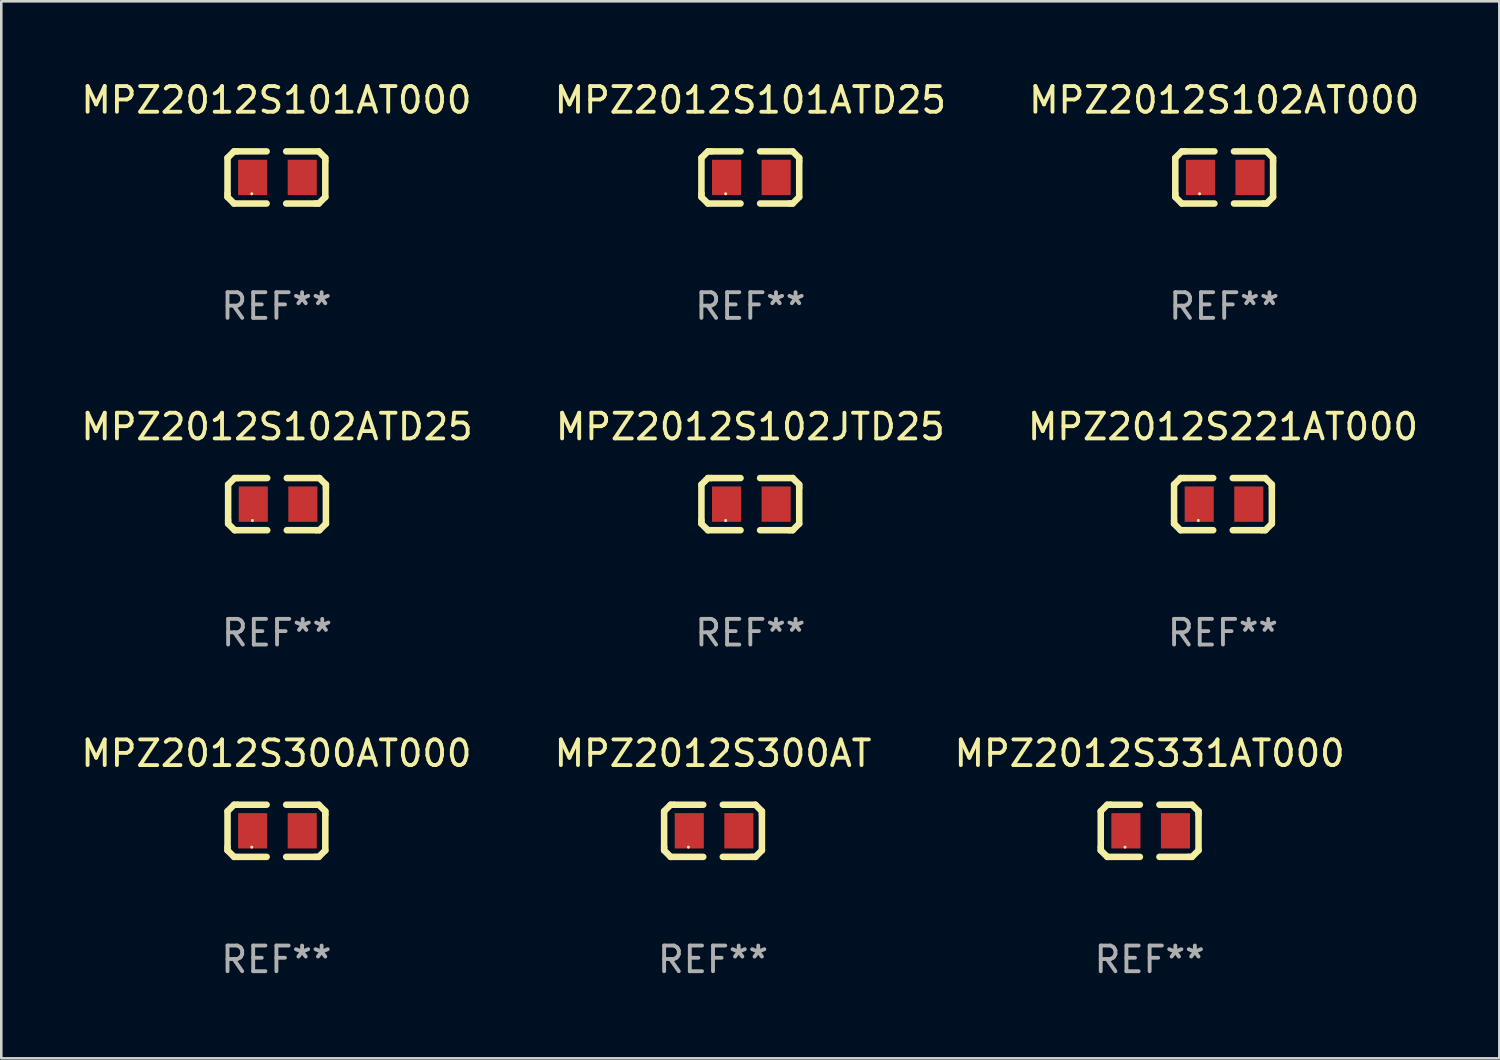
<source format=kicad_pcb>
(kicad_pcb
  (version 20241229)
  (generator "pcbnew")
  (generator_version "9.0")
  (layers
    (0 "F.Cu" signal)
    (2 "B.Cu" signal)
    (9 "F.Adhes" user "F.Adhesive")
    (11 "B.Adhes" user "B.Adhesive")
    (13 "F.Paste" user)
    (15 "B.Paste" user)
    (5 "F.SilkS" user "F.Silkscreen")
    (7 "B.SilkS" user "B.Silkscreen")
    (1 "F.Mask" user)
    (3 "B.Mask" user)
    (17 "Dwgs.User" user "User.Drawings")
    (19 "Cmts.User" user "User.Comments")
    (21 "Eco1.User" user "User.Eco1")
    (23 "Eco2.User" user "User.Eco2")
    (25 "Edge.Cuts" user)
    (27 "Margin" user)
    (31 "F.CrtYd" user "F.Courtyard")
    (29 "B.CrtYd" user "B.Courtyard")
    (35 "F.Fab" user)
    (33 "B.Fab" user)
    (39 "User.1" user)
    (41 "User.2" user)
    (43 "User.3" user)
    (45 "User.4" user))
  (footprint "MPZ2012S102ATD25"
    (layer "F.Cu")
    (at 7.744 16.593)
    (property "Reference" "MPZ2012S102ATD25" (at 0 -3.016 0) (layer "F.SilkS") (effects (font (size 1 1) (thickness 0.15))))
    (attr through_hole)
    (fp_line (start -1.905 -0.762) (end -1.905 0.635) (stroke (width 0.254) (type solid)) (layer "F.SilkS"))
    (fp_line (start -1.905 0.635) (end -1.905 0.762) (stroke (width 0.254) (type solid)) (layer "F.SilkS"))
    (fp_line (start -1.905 0.762) (end -1.651 1.016) (stroke (width 0.254) (type solid)) (layer "F.SilkS"))
    (fp_line (start -1.651 -1.016) (end -1.905 -0.762) (stroke (width 0.254) (type solid)) (layer "F.SilkS"))
    (fp_line (start -1.651 1.016) (end -0.381 1.016) (stroke (width 0.254) (type solid)) (layer "F.SilkS"))
    (fp_line (start -1.524 -1.016) (end -1.651 -1.016) (stroke (width 0.254) (type solid)) (layer "F.SilkS"))
    (fp_line (start -0.381 -1.016) (end -1.524 -1.016) (stroke (width 0.254) (type solid)) (layer "F.SilkS"))
    (fp_line (start 0.381 1.016) (end 1.524 1.016) (stroke (width 0.254) (type solid)) (layer "F.SilkS"))
    (fp_line (start 1.524 1.016) (end 1.651 1.016) (stroke (width 0.254) (type solid)) (layer "F.SilkS"))
    (fp_line (start 1.651 -1.016) (end 0.381 -1.016) (stroke (width 0.254) (type solid)) (layer "F.SilkS"))
    (fp_line (start 1.651 1.016) (end 1.905 0.762) (stroke (width 0.254) (type solid)) (layer "F.SilkS"))
    (fp_line (start 1.905 -0.762) (end 1.651 -1.016) (stroke (width 0.254) (type solid)) (layer "F.SilkS"))
    (fp_line (start 1.905 -0.635) (end 1.905 -0.762) (stroke (width 0.254) (type solid)) (layer "F.SilkS"))
    (fp_line (start 1.905 0.762) (end 1.905 -0.635) (stroke (width 0.254) (type solid)) (layer "F.SilkS"))
    (fp_circle (center -0.96 0.637) (end -0.93 0.637) (stroke (width 0.06) (type solid)) (fill no) (layer "F.SilkS"))
    (fp_text user "REF**" (at 0 5.016 0) (layer "F.Fab") (effects (font (size 1 1) (thickness 0.15))))
    (pad "1" smd rect (at -0.926 -0.000051) (size 1.133 1.377) (layers "F.Cu" "F.Mask" "F.Paste"))
    (pad "2" smd rect (at 1.006 -0.000051) (size 1.133 1.377) (layers "F.Cu" "F.Mask" "F.Paste")))
  (footprint "MPZ2012S101AT000"
    (layer "F.Cu")
    (at 7.72 3.864)
    (property "Reference" "MPZ2012S101AT000" (at 0 -3.016 0) (layer "F.SilkS") (effects (font (size 1 1) (thickness 0.15))))
    (attr through_hole)
    (fp_line (start -1.905 -0.762) (end -1.905 0.635) (stroke (width 0.254) (type solid)) (layer "F.SilkS"))
    (fp_line (start -1.905 0.635) (end -1.905 0.762) (stroke (width 0.254) (type solid)) (layer "F.SilkS"))
    (fp_line (start -1.905 0.762) (end -1.651 1.016) (stroke (width 0.254) (type solid)) (layer "F.SilkS"))
    (fp_line (start -1.651 -1.016) (end -1.905 -0.762) (stroke (width 0.254) (type solid)) (layer "F.SilkS"))
    (fp_line (start -1.651 1.016) (end -0.381 1.016) (stroke (width 0.254) (type solid)) (layer "F.SilkS"))
    (fp_line (start -1.524 -1.016) (end -1.651 -1.016) (stroke (width 0.254) (type solid)) (layer "F.SilkS"))
    (fp_line (start -0.381 -1.016) (end -1.524 -1.016) (stroke (width 0.254) (type solid)) (layer "F.SilkS"))
    (fp_line (start 0.381 1.016) (end 1.524 1.016) (stroke (width 0.254) (type solid)) (layer "F.SilkS"))
    (fp_line (start 1.524 1.016) (end 1.651 1.016) (stroke (width 0.254) (type solid)) (layer "F.SilkS"))
    (fp_line (start 1.651 -1.016) (end 0.381 -1.016) (stroke (width 0.254) (type solid)) (layer "F.SilkS"))
    (fp_line (start 1.651 1.016) (end 1.905 0.762) (stroke (width 0.254) (type solid)) (layer "F.SilkS"))
    (fp_line (start 1.905 -0.762) (end 1.651 -1.016) (stroke (width 0.254) (type solid)) (layer "F.SilkS"))
    (fp_line (start 1.905 -0.635) (end 1.905 -0.762) (stroke (width 0.254) (type solid)) (layer "F.SilkS"))
    (fp_line (start 1.905 0.762) (end 1.905 -0.635) (stroke (width 0.254) (type solid)) (layer "F.SilkS"))
    (fp_circle (center -0.96 0.637) (end -0.93 0.637) (stroke (width 0.06) (type solid)) (fill no) (layer "F.SilkS"))
    (fp_text user "REF**" (at 0 5.016 0) (layer "F.Fab") (effects (font (size 1 1) (thickness 0.15))))
    (pad "1" smd rect (at -0.926 -0.000051) (size 1.133 1.377) (layers "F.Cu" "F.Mask" "F.Paste"))
    (pad "2" smd rect (at 1.006 -0.000051) (size 1.133 1.377) (layers "F.Cu" "F.Mask" "F.Paste")))
  (footprint "MPZ2012S300AT000"
    (layer "F.Cu")
    (at 7.72 29.321)
    (property "Reference" "MPZ2012S300AT000" (at 0 -3.016 0) (layer "F.SilkS") (effects (font (size 1 1) (thickness 0.15))))
    (attr through_hole)
    (fp_line (start -1.905 -0.762) (end -1.905 0.635) (stroke (width 0.254) (type solid)) (layer "F.SilkS"))
    (fp_line (start -1.905 0.635) (end -1.905 0.762) (stroke (width 0.254) (type solid)) (layer "F.SilkS"))
    (fp_line (start -1.905 0.762) (end -1.651 1.016) (stroke (width 0.254) (type solid)) (layer "F.SilkS"))
    (fp_line (start -1.651 -1.016) (end -1.905 -0.762) (stroke (width 0.254) (type solid)) (layer "F.SilkS"))
    (fp_line (start -1.651 1.016) (end -0.381 1.016) (stroke (width 0.254) (type solid)) (layer "F.SilkS"))
    (fp_line (start -1.524 -1.016) (end -1.651 -1.016) (stroke (width 0.254) (type solid)) (layer "F.SilkS"))
    (fp_line (start -0.381 -1.016) (end -1.524 -1.016) (stroke (width 0.254) (type solid)) (layer "F.SilkS"))
    (fp_line (start 0.381 1.016) (end 1.524 1.016) (stroke (width 0.254) (type solid)) (layer "F.SilkS"))
    (fp_line (start 1.524 1.016) (end 1.651 1.016) (stroke (width 0.254) (type solid)) (layer "F.SilkS"))
    (fp_line (start 1.651 -1.016) (end 0.381 -1.016) (stroke (width 0.254) (type solid)) (layer "F.SilkS"))
    (fp_line (start 1.651 1.016) (end 1.905 0.762) (stroke (width 0.254) (type solid)) (layer "F.SilkS"))
    (fp_line (start 1.905 -0.762) (end 1.651 -1.016) (stroke (width 0.254) (type solid)) (layer "F.SilkS"))
    (fp_line (start 1.905 -0.635) (end 1.905 -0.762) (stroke (width 0.254) (type solid)) (layer "F.SilkS"))
    (fp_line (start 1.905 0.762) (end 1.905 -0.635) (stroke (width 0.254) (type solid)) (layer "F.SilkS"))
    (fp_circle (center -0.96 0.637) (end -0.93 0.637) (stroke (width 0.06) (type solid)) (fill no) (layer "F.SilkS"))
    (fp_text user "REF**" (at 0 5.016 0) (layer "F.Fab") (effects (font (size 1 1) (thickness 0.15))))
    (pad "1" smd rect (at -0.926 -0.000051) (size 1.133 1.377) (layers "F.Cu" "F.Mask" "F.Paste"))
    (pad "2" smd rect (at 1.006 -0.000051) (size 1.133 1.377) (layers "F.Cu" "F.Mask" "F.Paste")))
  (footprint "MPZ2012S101ATD25"
    (layer "F.Cu")
    (at 26.185 3.864)
    (property "Reference" "MPZ2012S101ATD25" (at 0 -3.016 0) (layer "F.SilkS") (effects (font (size 1 1) (thickness 0.15))))
    (attr through_hole)
    (fp_line (start -1.905 -0.762) (end -1.905 0.635) (stroke (width 0.254) (type solid)) (layer "F.SilkS"))
    (fp_line (start -1.905 0.635) (end -1.905 0.762) (stroke (width 0.254) (type solid)) (layer "F.SilkS"))
    (fp_line (start -1.905 0.762) (end -1.651 1.016) (stroke (width 0.254) (type solid)) (layer "F.SilkS"))
    (fp_line (start -1.651 -1.016) (end -1.905 -0.762) (stroke (width 0.254) (type solid)) (layer "F.SilkS"))
    (fp_line (start -1.651 1.016) (end -0.381 1.016) (stroke (width 0.254) (type solid)) (layer "F.SilkS"))
    (fp_line (start -1.524 -1.016) (end -1.651 -1.016) (stroke (width 0.254) (type solid)) (layer "F.SilkS"))
    (fp_line (start -0.381 -1.016) (end -1.524 -1.016) (stroke (width 0.254) (type solid)) (layer "F.SilkS"))
    (fp_line (start 0.381 1.016) (end 1.524 1.016) (stroke (width 0.254) (type solid)) (layer "F.SilkS"))
    (fp_line (start 1.524 1.016) (end 1.651 1.016) (stroke (width 0.254) (type solid)) (layer "F.SilkS"))
    (fp_line (start 1.651 -1.016) (end 0.381 -1.016) (stroke (width 0.254) (type solid)) (layer "F.SilkS"))
    (fp_line (start 1.651 1.016) (end 1.905 0.762) (stroke (width 0.254) (type solid)) (layer "F.SilkS"))
    (fp_line (start 1.905 -0.762) (end 1.651 -1.016) (stroke (width 0.254) (type solid)) (layer "F.SilkS"))
    (fp_line (start 1.905 -0.635) (end 1.905 -0.762) (stroke (width 0.254) (type solid)) (layer "F.SilkS"))
    (fp_line (start 1.905 0.762) (end 1.905 -0.635) (stroke (width 0.254) (type solid)) (layer "F.SilkS"))
    (fp_circle (center -0.96 0.637) (end -0.93 0.637) (stroke (width 0.06) (type solid)) (fill no) (layer "F.SilkS"))
    (fp_text user "REF**" (at 0 5.016 0) (layer "F.Fab") (effects (font (size 1 1) (thickness 0.15))))
    (pad "1" smd rect (at -0.926 -0.000051) (size 1.133 1.377) (layers "F.Cu" "F.Mask" "F.Paste"))
    (pad "2" smd rect (at 1.006 -0.000051) (size 1.133 1.377) (layers "F.Cu" "F.Mask" "F.Paste")))
  (footprint "MPZ2012S102AT000"
    (layer "F.Cu")
    (at 44.649 3.864)
    (property "Reference" "MPZ2012S102AT000" (at 0 -3.016 0) (layer "F.SilkS") (effects (font (size 1 1) (thickness 0.15))))
    (attr through_hole)
    (fp_line (start -1.905 -0.762) (end -1.905 0.635) (stroke (width 0.254) (type solid)) (layer "F.SilkS"))
    (fp_line (start -1.905 0.635) (end -1.905 0.762) (stroke (width 0.254) (type solid)) (layer "F.SilkS"))
    (fp_line (start -1.905 0.762) (end -1.651 1.016) (stroke (width 0.254) (type solid)) (layer "F.SilkS"))
    (fp_line (start -1.651 -1.016) (end -1.905 -0.762) (stroke (width 0.254) (type solid)) (layer "F.SilkS"))
    (fp_line (start -1.651 1.016) (end -0.381 1.016) (stroke (width 0.254) (type solid)) (layer "F.SilkS"))
    (fp_line (start -1.524 -1.016) (end -1.651 -1.016) (stroke (width 0.254) (type solid)) (layer "F.SilkS"))
    (fp_line (start -0.381 -1.016) (end -1.524 -1.016) (stroke (width 0.254) (type solid)) (layer "F.SilkS"))
    (fp_line (start 0.381 1.016) (end 1.524 1.016) (stroke (width 0.254) (type solid)) (layer "F.SilkS"))
    (fp_line (start 1.524 1.016) (end 1.651 1.016) (stroke (width 0.254) (type solid)) (layer "F.SilkS"))
    (fp_line (start 1.651 -1.016) (end 0.381 -1.016) (stroke (width 0.254) (type solid)) (layer "F.SilkS"))
    (fp_line (start 1.651 1.016) (end 1.905 0.762) (stroke (width 0.254) (type solid)) (layer "F.SilkS"))
    (fp_line (start 1.905 -0.762) (end 1.651 -1.016) (stroke (width 0.254) (type solid)) (layer "F.SilkS"))
    (fp_line (start 1.905 -0.635) (end 1.905 -0.762) (stroke (width 0.254) (type solid)) (layer "F.SilkS"))
    (fp_line (start 1.905 0.762) (end 1.905 -0.635) (stroke (width 0.254) (type solid)) (layer "F.SilkS"))
    (fp_circle (center -0.96 0.637) (end -0.93 0.637) (stroke (width 0.06) (type solid)) (fill no) (layer "F.SilkS"))
    (fp_text user "REF**" (at 0 5.016 0) (layer "F.Fab") (effects (font (size 1 1) (thickness 0.15))))
    (pad "1" smd rect (at -0.926 -0.000051) (size 1.133 1.377) (layers "F.Cu" "F.Mask" "F.Paste"))
    (pad "2" smd rect (at 1.006 -0.000051) (size 1.133 1.377) (layers "F.Cu" "F.Mask" "F.Paste")))
  (footprint "MPZ2012S102JTD25"
    (layer "F.Cu")
    (at 26.185 16.593)
    (property "Reference" "MPZ2012S102JTD25" (at 0 -3.016 0) (layer "F.SilkS") (effects (font (size 1 1) (thickness 0.15))))
    (attr through_hole)
    (fp_line (start -1.905 -0.762) (end -1.905 0.635) (stroke (width 0.254) (type solid)) (layer "F.SilkS"))
    (fp_line (start -1.905 0.635) (end -1.905 0.762) (stroke (width 0.254) (type solid)) (layer "F.SilkS"))
    (fp_line (start -1.905 0.762) (end -1.651 1.016) (stroke (width 0.254) (type solid)) (layer "F.SilkS"))
    (fp_line (start -1.651 -1.016) (end -1.905 -0.762) (stroke (width 0.254) (type solid)) (layer "F.SilkS"))
    (fp_line (start -1.651 1.016) (end -0.381 1.016) (stroke (width 0.254) (type solid)) (layer "F.SilkS"))
    (fp_line (start -1.524 -1.016) (end -1.651 -1.016) (stroke (width 0.254) (type solid)) (layer "F.SilkS"))
    (fp_line (start -0.381 -1.016) (end -1.524 -1.016) (stroke (width 0.254) (type solid)) (layer "F.SilkS"))
    (fp_line (start 0.381 1.016) (end 1.524 1.016) (stroke (width 0.254) (type solid)) (layer "F.SilkS"))
    (fp_line (start 1.524 1.016) (end 1.651 1.016) (stroke (width 0.254) (type solid)) (layer "F.SilkS"))
    (fp_line (start 1.651 -1.016) (end 0.381 -1.016) (stroke (width 0.254) (type solid)) (layer "F.SilkS"))
    (fp_line (start 1.651 1.016) (end 1.905 0.762) (stroke (width 0.254) (type solid)) (layer "F.SilkS"))
    (fp_line (start 1.905 -0.762) (end 1.651 -1.016) (stroke (width 0.254) (type solid)) (layer "F.SilkS"))
    (fp_line (start 1.905 -0.635) (end 1.905 -0.762) (stroke (width 0.254) (type solid)) (layer "F.SilkS"))
    (fp_line (start 1.905 0.762) (end 1.905 -0.635) (stroke (width 0.254) (type solid)) (layer "F.SilkS"))
    (fp_circle (center -0.96 0.637) (end -0.93 0.637) (stroke (width 0.06) (type solid)) (fill no) (layer "F.SilkS"))
    (fp_text user "REF**" (at 0 5.016 0) (layer "F.Fab") (effects (font (size 1 1) (thickness 0.15))))
    (pad "1" smd rect (at -0.926 -0.000051) (size 1.133 1.377) (layers "F.Cu" "F.Mask" "F.Paste"))
    (pad "2" smd rect (at 1.006 -0.000051) (size 1.133 1.377) (layers "F.Cu" "F.Mask" "F.Paste")))
  (footprint "MPZ2012S331AT000"
    (layer "F.Cu")
    (at 41.744 29.321)
    (property "Reference" "MPZ2012S331AT000" (at 0 -3.016 0) (layer "F.SilkS") (effects (font (size 1 1) (thickness 0.15))))
    (attr through_hole)
    (fp_line (start -1.905 -0.762) (end -1.905 0.635) (stroke (width 0.254) (type solid)) (layer "F.SilkS"))
    (fp_line (start -1.905 0.635) (end -1.905 0.762) (stroke (width 0.254) (type solid)) (layer "F.SilkS"))
    (fp_line (start -1.905 0.762) (end -1.651 1.016) (stroke (width 0.254) (type solid)) (layer "F.SilkS"))
    (fp_line (start -1.651 -1.016) (end -1.905 -0.762) (stroke (width 0.254) (type solid)) (layer "F.SilkS"))
    (fp_line (start -1.651 1.016) (end -0.381 1.016) (stroke (width 0.254) (type solid)) (layer "F.SilkS"))
    (fp_line (start -1.524 -1.016) (end -1.651 -1.016) (stroke (width 0.254) (type solid)) (layer "F.SilkS"))
    (fp_line (start -0.381 -1.016) (end -1.524 -1.016) (stroke (width 0.254) (type solid)) (layer "F.SilkS"))
    (fp_line (start 0.381 1.016) (end 1.524 1.016) (stroke (width 0.254) (type solid)) (layer "F.SilkS"))
    (fp_line (start 1.524 1.016) (end 1.651 1.016) (stroke (width 0.254) (type solid)) (layer "F.SilkS"))
    (fp_line (start 1.651 -1.016) (end 0.381 -1.016) (stroke (width 0.254) (type solid)) (layer "F.SilkS"))
    (fp_line (start 1.651 1.016) (end 1.905 0.762) (stroke (width 0.254) (type solid)) (layer "F.SilkS"))
    (fp_line (start 1.905 -0.762) (end 1.651 -1.016) (stroke (width 0.254) (type solid)) (layer "F.SilkS"))
    (fp_line (start 1.905 -0.635) (end 1.905 -0.762) (stroke (width 0.254) (type solid)) (layer "F.SilkS"))
    (fp_line (start 1.905 0.762) (end 1.905 -0.635) (stroke (width 0.254) (type solid)) (layer "F.SilkS"))
    (fp_circle (center -0.96 0.637) (end -0.93 0.637) (stroke (width 0.06) (type solid)) (fill no) (layer "F.SilkS"))
    (fp_text user "REF**" (at 0 5.016 0) (layer "F.Fab") (effects (font (size 1 1) (thickness 0.15))))
    (pad "1" smd rect (at -0.926 -0.000051) (size 1.133 1.377) (layers "F.Cu" "F.Mask" "F.Paste"))
    (pad "2" smd rect (at 1.006 -0.000051) (size 1.133 1.377) (layers "F.Cu" "F.Mask" "F.Paste")))
  (footprint "MPZ2012S221AT000"
    (layer "F.Cu")
    (at 44.601 16.593)
    (property "Reference" "MPZ2012S221AT000" (at 0 -3.016 0) (layer "F.SilkS") (effects (font (size 1 1) (thickness 0.15))))
    (attr through_hole)
    (fp_line (start -1.905 -0.762) (end -1.905 0.635) (stroke (width 0.254) (type solid)) (layer "F.SilkS"))
    (fp_line (start -1.905 0.635) (end -1.905 0.762) (stroke (width 0.254) (type solid)) (layer "F.SilkS"))
    (fp_line (start -1.905 0.762) (end -1.651 1.016) (stroke (width 0.254) (type solid)) (layer "F.SilkS"))
    (fp_line (start -1.651 -1.016) (end -1.905 -0.762) (stroke (width 0.254) (type solid)) (layer "F.SilkS"))
    (fp_line (start -1.651 1.016) (end -0.381 1.016) (stroke (width 0.254) (type solid)) (layer "F.SilkS"))
    (fp_line (start -1.524 -1.016) (end -1.651 -1.016) (stroke (width 0.254) (type solid)) (layer "F.SilkS"))
    (fp_line (start -0.381 -1.016) (end -1.524 -1.016) (stroke (width 0.254) (type solid)) (layer "F.SilkS"))
    (fp_line (start 0.381 1.016) (end 1.524 1.016) (stroke (width 0.254) (type solid)) (layer "F.SilkS"))
    (fp_line (start 1.524 1.016) (end 1.651 1.016) (stroke (width 0.254) (type solid)) (layer "F.SilkS"))
    (fp_line (start 1.651 -1.016) (end 0.381 -1.016) (stroke (width 0.254) (type solid)) (layer "F.SilkS"))
    (fp_line (start 1.651 1.016) (end 1.905 0.762) (stroke (width 0.254) (type solid)) (layer "F.SilkS"))
    (fp_line (start 1.905 -0.762) (end 1.651 -1.016) (stroke (width 0.254) (type solid)) (layer "F.SilkS"))
    (fp_line (start 1.905 -0.635) (end 1.905 -0.762) (stroke (width 0.254) (type solid)) (layer "F.SilkS"))
    (fp_line (start 1.905 0.762) (end 1.905 -0.635) (stroke (width 0.254) (type solid)) (layer "F.SilkS"))
    (fp_circle (center -0.96 0.637) (end -0.93 0.637) (stroke (width 0.06) (type solid)) (fill no) (layer "F.SilkS"))
    (fp_text user "REF**" (at 0 5.016 0) (layer "F.Fab") (effects (font (size 1 1) (thickness 0.15))))
    (pad "1" smd rect (at -0.926 -0.000051) (size 1.133 1.377) (layers "F.Cu" "F.Mask" "F.Paste"))
    (pad "2" smd rect (at 1.006 -0.000051) (size 1.133 1.377) (layers "F.Cu" "F.Mask" "F.Paste")))
  (footprint "MPZ2012S300AT"
    (layer "F.Cu")
    (at 24.732 29.321)
    (property "Reference" "MPZ2012S300AT" (at 0 -3.016 0) (layer "F.SilkS") (effects (font (size 1 1) (thickness 0.15))))
    (attr through_hole)
    (fp_line (start -1.905 -0.762) (end -1.905 0.635) (stroke (width 0.254) (type solid)) (layer "F.SilkS"))
    (fp_line (start -1.905 0.635) (end -1.905 0.762) (stroke (width 0.254) (type solid)) (layer "F.SilkS"))
    (fp_line (start -1.905 0.762) (end -1.651 1.016) (stroke (width 0.254) (type solid)) (layer "F.SilkS"))
    (fp_line (start -1.651 -1.016) (end -1.905 -0.762) (stroke (width 0.254) (type solid)) (layer "F.SilkS"))
    (fp_line (start -1.651 1.016) (end -0.381 1.016) (stroke (width 0.254) (type solid)) (layer "F.SilkS"))
    (fp_line (start -1.524 -1.016) (end -1.651 -1.016) (stroke (width 0.254) (type solid)) (layer "F.SilkS"))
    (fp_line (start -0.381 -1.016) (end -1.524 -1.016) (stroke (width 0.254) (type solid)) (layer "F.SilkS"))
    (fp_line (start 0.381 1.016) (end 1.524 1.016) (stroke (width 0.254) (type solid)) (layer "F.SilkS"))
    (fp_line (start 1.524 1.016) (end 1.651 1.016) (stroke (width 0.254) (type solid)) (layer "F.SilkS"))
    (fp_line (start 1.651 -1.016) (end 0.381 -1.016) (stroke (width 0.254) (type solid)) (layer "F.SilkS"))
    (fp_line (start 1.651 1.016) (end 1.905 0.762) (stroke (width 0.254) (type solid)) (layer "F.SilkS"))
    (fp_line (start 1.905 -0.762) (end 1.651 -1.016) (stroke (width 0.254) (type solid)) (layer "F.SilkS"))
    (fp_line (start 1.905 -0.635) (end 1.905 -0.762) (stroke (width 0.254) (type solid)) (layer "F.SilkS"))
    (fp_line (start 1.905 0.762) (end 1.905 -0.635) (stroke (width 0.254) (type solid)) (layer "F.SilkS"))
    (fp_circle (center -0.96 0.637) (end -0.93 0.637) (stroke (width 0.06) (type solid)) (fill no) (layer "F.SilkS"))
    (fp_text user "REF**" (at 0 5.016 0) (layer "F.Fab") (effects (font (size 1 1) (thickness 0.15))))
    (pad "1" smd rect (at -0.926 -0.000051) (size 1.133 1.377) (layers "F.Cu" "F.Mask" "F.Paste"))
    (pad "2" smd rect (at 1.006 -0.000051) (size 1.133 1.377) (layers "F.Cu" "F.Mask" "F.Paste")))
  (gr_rect
    (start -3 -3)
    (end 55.369 38.186)
    (stroke (width 0.1) (type default))
    (fill no)
    (layer "Edge.Cuts")))
</source>
